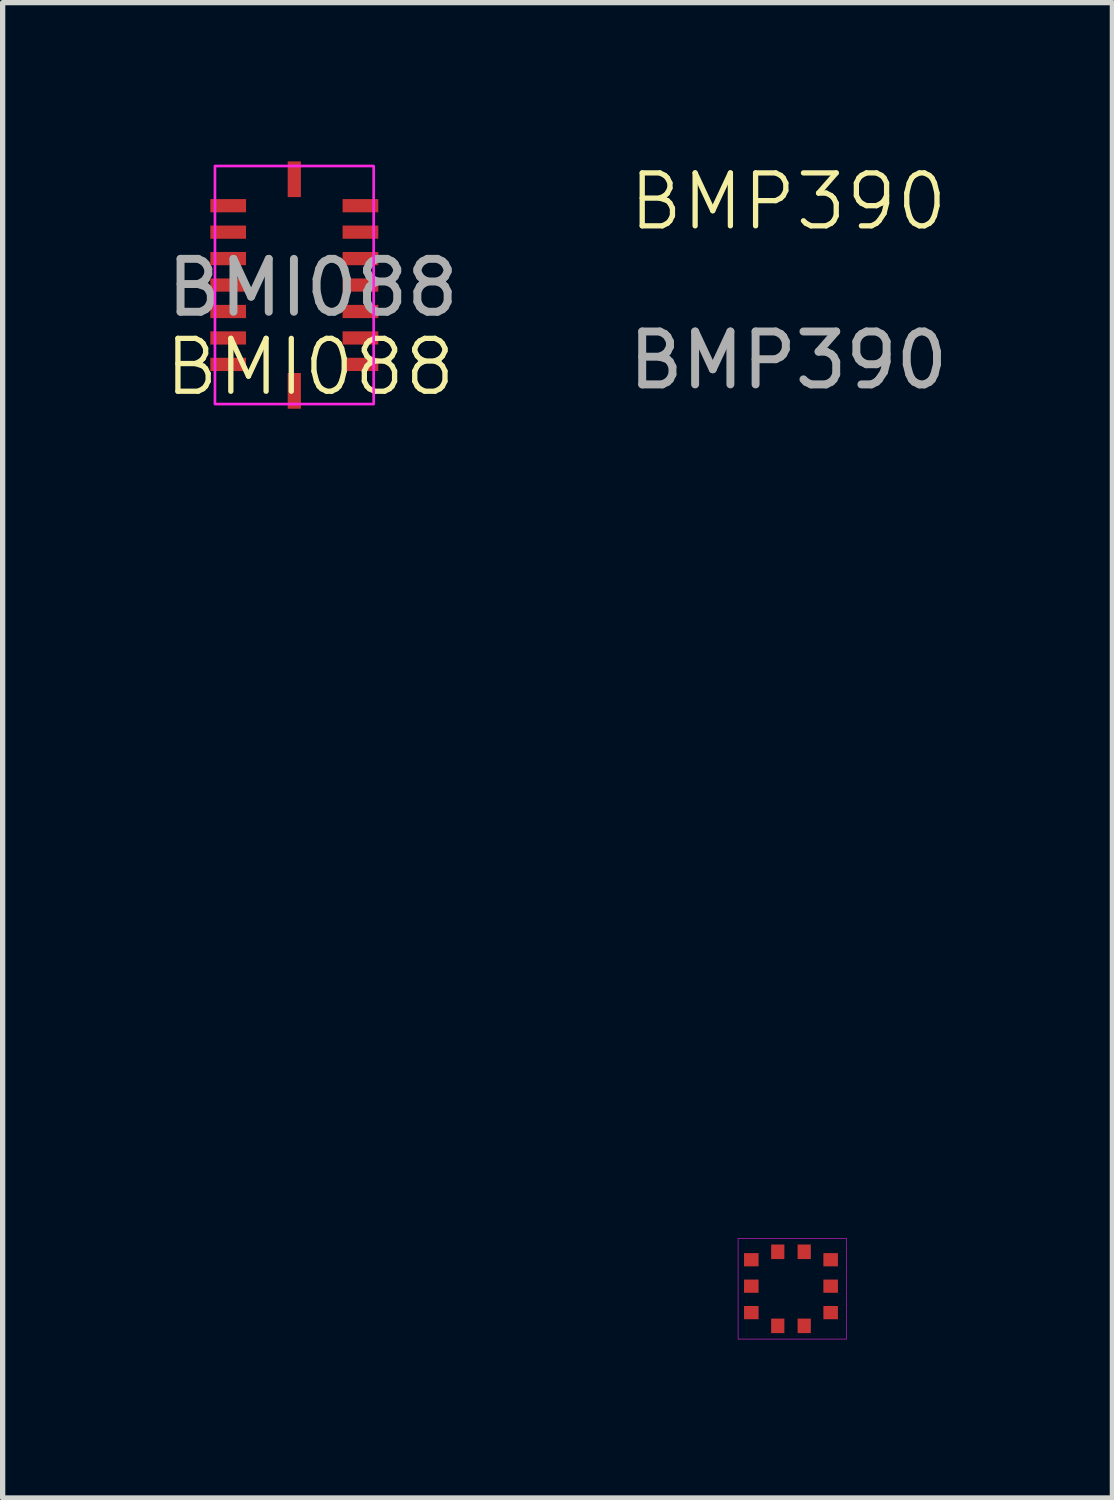
<source format=kicad_pcb>
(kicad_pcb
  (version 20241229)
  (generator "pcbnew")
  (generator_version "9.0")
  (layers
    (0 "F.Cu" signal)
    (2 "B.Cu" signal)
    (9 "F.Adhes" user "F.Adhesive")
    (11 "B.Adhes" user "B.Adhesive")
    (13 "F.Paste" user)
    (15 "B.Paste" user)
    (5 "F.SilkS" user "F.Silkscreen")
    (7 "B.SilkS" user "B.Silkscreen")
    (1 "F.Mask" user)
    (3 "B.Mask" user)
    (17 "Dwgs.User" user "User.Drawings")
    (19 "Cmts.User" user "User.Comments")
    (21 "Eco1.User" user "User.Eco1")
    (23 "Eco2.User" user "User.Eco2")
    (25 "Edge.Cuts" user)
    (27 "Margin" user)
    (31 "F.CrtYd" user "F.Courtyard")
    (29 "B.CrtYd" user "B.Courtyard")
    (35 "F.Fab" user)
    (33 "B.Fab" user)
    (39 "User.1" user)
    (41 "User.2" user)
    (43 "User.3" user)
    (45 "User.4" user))
  (footprint "BMI088"
    (layer "F.Cu")
    (at 2.463 2.188)
    (property "Reference" "BMI088" (at 0.35 1.7 0) (unlocked yes) (layer "F.SilkS") (effects (font (size 1 1) (thickness 0.1))))
    (attr smd)
    (fp_rect (start -1.45 -2.1) (end 1.55 2.4) (stroke (width 0.05) (type default)) (fill no) (layer "F.CrtYd"))
    (fp_text user "${REFERENCE}" (at 0.4 0.2 0) (unlocked yes) (layer "F.Fab") (effects (font (size 1 1) (thickness 0.15))))
    (pad "1" smd rect (at 1.3 -1.35) (size 0.675 0.25) (layers "F.Cu" "F.Mask" "F.Paste"))
    (pad "2" smd rect (at 1.3 -0.85) (size 0.675 0.25) (layers "F.Cu" "F.Mask" "F.Paste"))
    (pad "3" smd rect (at 1.3 -0.35) (size 0.675 0.25) (layers "F.Cu" "F.Mask" "F.Paste"))
    (pad "4" smd rect (at 1.3 0.15) (size 0.675 0.25) (layers "F.Cu" "F.Mask" "F.Paste"))
    (pad "5" smd rect (at 1.3 0.65) (size 0.675 0.25) (layers "F.Cu" "F.Mask" "F.Paste"))
    (pad "6" smd rect (at 1.3 1.15) (size 0.675 0.25) (layers "F.Cu" "F.Mask" "F.Paste"))
    (pad "7" smd rect (at 1.3 1.65) (size 0.675 0.25) (layers "F.Cu" "F.Mask" "F.Paste"))
    (pad "8" smd rect (at 0.05 2.15 90) (size 0.675 0.25) (layers "F.Cu" "F.Mask" "F.Paste"))
    (pad "9" smd rect (at -1.2 1.65 180) (size 0.675 0.25) (layers "F.Cu" "F.Mask" "F.Paste"))
    (pad "10" smd rect (at -1.2 1.15 180) (size 0.675 0.25) (layers "F.Cu" "F.Mask" "F.Paste"))
    (pad "11" smd rect (at -1.2 0.65 180) (size 0.675 0.25) (layers "F.Cu" "F.Mask" "F.Paste"))
    (pad "12" smd rect (at -1.2 0.15 180) (size 0.675 0.25) (layers "F.Cu" "F.Mask" "F.Paste"))
    (pad "13" smd rect (at -1.2 -0.35 180) (size 0.675 0.25) (layers "F.Cu" "F.Mask" "F.Paste"))
    (pad "14" smd rect (at -1.2 -0.85 180) (size 0.675 0.25) (layers "F.Cu" "F.Mask" "F.Paste"))
    (pad "15" smd rect (at -1.2 -1.35 180) (size 0.675 0.25) (layers "F.Cu" "F.Mask" "F.Paste"))
    (pad "16" smd rect (at 0.05 -1.85 270) (size 0.675 0.25) (layers "F.Cu" "F.Mask" "F.Paste")))
  (footprint "BMP390"
    (layer "F.Cu")
    (at 11.901 21.261)
    (property "Reference" "BMP390" (at -0.05 -20.5 0) (unlocked yes) (layer "F.SilkS") (effects (font (size 1 1) (thickness 0.1))))
    (attr smd)
    (fp_rect (start -1 -0.9) (end 1.05 1) (stroke (width 0.01) (type default)) (fill no) (layer "F.CrtYd"))
    (fp_text user "${REFERENCE}" (at -0.05 -17.5 0) (unlocked yes) (layer "F.Fab") (effects (font (size 1 1) (thickness 0.15))))
    (pad "1" smd rect (at 0.25 -0.65) (size 0.25 0.275) (layers "F.Cu" "F.Mask" "F.Paste"))
    (pad "2" smd rect (at -0.25 -0.65) (size 0.25 0.275) (layers "F.Cu" "F.Mask" "F.Paste"))
    (pad "3" smd rect (at -0.75 -0.5) (size 0.275 0.25) (layers "F.Cu" "F.Mask" "F.Paste"))
    (pad "4" smd rect (at -0.75 0) (size 0.275 0.25) (layers "F.Cu" "F.Mask" "F.Paste"))
    (pad "5" smd rect (at -0.75 0.5) (size 0.275 0.25) (layers "F.Cu" "F.Mask" "F.Paste"))
    (pad "6" smd rect (at -0.25 0.75) (size 0.25 0.275) (layers "F.Cu" "F.Mask" "F.Paste"))
    (pad "7" smd rect (at 0.25 0.75) (size 0.25 0.275) (layers "F.Cu" "F.Mask" "F.Paste"))
    (pad "8" smd rect (at 0.75 0.5) (size 0.275 0.25) (layers "F.Cu" "F.Mask" "F.Paste"))
    (pad "9" smd rect (at 0.75 0) (size 0.275 0.25) (layers "F.Cu" "F.Mask" "F.Paste"))
    (pad "10" smd rect (at 0.75 -0.5) (size 0.275 0.25) (layers "F.Cu" "F.Mask" "F.Paste")))
  (gr_rect
    (start -3 -3)
    (end 17.976 25.265)
    (stroke (width 0.1) (type default))
    (fill no)
    (layer "Edge.Cuts")))
</source>
